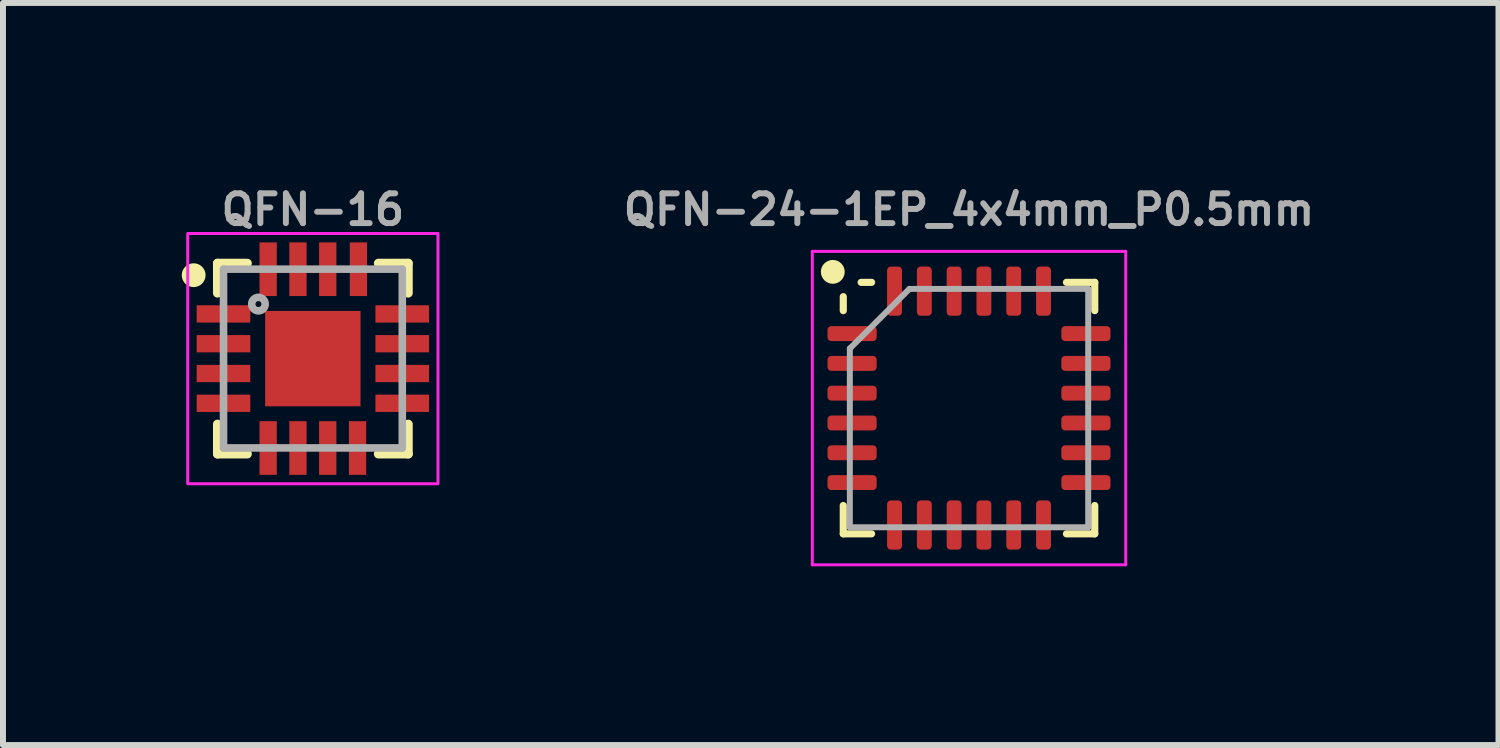
<source format=kicad_pcb>
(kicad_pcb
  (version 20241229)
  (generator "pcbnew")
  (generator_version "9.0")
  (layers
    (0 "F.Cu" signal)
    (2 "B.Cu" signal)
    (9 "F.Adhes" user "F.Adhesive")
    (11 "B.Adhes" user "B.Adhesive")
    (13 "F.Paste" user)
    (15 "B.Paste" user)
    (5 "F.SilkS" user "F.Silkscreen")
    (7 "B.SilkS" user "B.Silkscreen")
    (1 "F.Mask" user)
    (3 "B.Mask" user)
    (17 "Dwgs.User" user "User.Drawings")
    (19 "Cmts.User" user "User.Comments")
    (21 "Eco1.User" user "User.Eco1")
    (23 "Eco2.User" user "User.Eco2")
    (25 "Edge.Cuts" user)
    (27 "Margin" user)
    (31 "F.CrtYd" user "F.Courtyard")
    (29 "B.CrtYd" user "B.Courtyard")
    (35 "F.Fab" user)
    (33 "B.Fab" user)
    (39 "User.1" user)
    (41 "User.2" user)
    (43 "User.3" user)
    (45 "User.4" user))
  (footprint "QFN-16"
    (layer "F.Cu")
    (at 2.2 2.968)
    (property "Reference" "QFN-16" (at 0 -2.5 0) (layer "F.Fab") (effects (font (size 0.5 0.5) (thickness 0.1) (bold yes))))
    (fp_line (start -1.6 -1.6) (end -1.1 -1.6) (stroke (width 0.152) (type solid)) (layer "F.SilkS"))
    (fp_line (start -1.6 -1.1) (end -1.6 -1.6) (stroke (width 0.152) (type solid)) (layer "F.SilkS"))
    (fp_line (start -1.6 1.6) (end -1.6 1.1) (stroke (width 0.152) (type solid)) (layer "F.SilkS"))
    (fp_line (start -1.1 1.6) (end -1.6 1.6) (stroke (width 0.152) (type solid)) (layer "F.SilkS"))
    (fp_line (start 1.1 -1.6) (end 1.6 -1.6) (stroke (width 0.152) (type solid)) (layer "F.SilkS"))
    (fp_line (start 1.6 -1.6) (end 1.6 -1.1) (stroke (width 0.152) (type solid)) (layer "F.SilkS"))
    (fp_line (start 1.6 1.1) (end 1.6 1.6) (stroke (width 0.152) (type solid)) (layer "F.SilkS"))
    (fp_line (start 1.6 1.6) (end 1.1 1.6) (stroke (width 0.152) (type solid)) (layer "F.SilkS"))
    (fp_circle (center -2 -1.4) (end -2.1 -1.4) (stroke (width 0.2) (type solid)) (fill yes) (layer "F.SilkS"))
    (fp_poly (pts (xy -1.075 -0.625) (xy -1.075 -0.865) (xy -1.925 -0.865) (xy -1.925 -0.625)) (stroke (width 0) (type default)) (fill yes) (layer "F.Paste"))
    (fp_poly (pts (xy -1.075 -0.125) (xy -1.075 -0.365) (xy -1.925 -0.365) (xy -1.925 -0.125)) (stroke (width 0) (type default)) (fill yes) (layer "F.Paste"))
    (fp_poly (pts (xy -1.075 0.375) (xy -1.075 0.135) (xy -1.925 0.135) (xy -1.925 0.375)) (stroke (width 0) (type default)) (fill yes) (layer "F.Paste"))
    (fp_poly (pts (xy -1.075 0.875) (xy -1.075 0.635) (xy -1.925 0.635) (xy -1.925 0.875)) (stroke (width 0) (type default)) (fill yes) (layer "F.Paste"))
    (fp_poly (pts (xy -0.625 -1.925) (xy -0.865 -1.925) (xy -0.865 -1.075) (xy -0.625 -1.075)) (stroke (width 0) (type default)) (fill yes) (layer "F.Paste"))
    (fp_poly (pts (xy -0.625 1.075) (xy -0.865 1.075) (xy -0.865 1.925) (xy -0.625 1.925)) (stroke (width 0) (type default)) (fill yes) (layer "F.Paste"))
    (fp_poly (pts (xy -0.3 -0.3) (xy -0.3 -0.5) (xy -0.5 -0.5) (xy -0.5 -0.3)) (stroke (width 0) (type default)) (fill yes) (layer "F.Paste"))
    (fp_poly (pts (xy -0.3 0.5) (xy -0.3 0.3) (xy -0.5 0.3) (xy -0.5 0.5)) (stroke (width 0) (type default)) (fill yes) (layer "F.Paste"))
    (fp_poly (pts (xy -0.125 -1.925) (xy -0.365 -1.925) (xy -0.365 -1.075) (xy -0.125 -1.075)) (stroke (width 0) (type default)) (fill yes) (layer "F.Paste"))
    (fp_poly (pts (xy -0.125 1.075) (xy -0.365 1.075) (xy -0.365 1.925) (xy -0.125 1.925)) (stroke (width 0) (type default)) (fill yes) (layer "F.Paste"))
    (fp_poly (pts (xy 0.375 -1.925) (xy 0.135 -1.925) (xy 0.135 -1.075) (xy 0.375 -1.075)) (stroke (width 0) (type default)) (fill yes) (layer "F.Paste"))
    (fp_poly (pts (xy 0.375 1.075) (xy 0.135 1.075) (xy 0.135 1.925) (xy 0.375 1.925)) (stroke (width 0) (type default)) (fill yes) (layer "F.Paste"))
    (fp_poly (pts (xy 0.5 -0.3) (xy 0.5 -0.5) (xy 0.3 -0.5) (xy 0.3 -0.3)) (stroke (width 0) (type default)) (fill yes) (layer "F.Paste"))
    (fp_poly (pts (xy 0.5 0.5) (xy 0.5 0.3) (xy 0.3 0.3) (xy 0.3 0.5)) (stroke (width 0) (type default)) (fill yes) (layer "F.Paste"))
    (fp_poly (pts (xy 0.875 -1.925) (xy 0.635 -1.925) (xy 0.635 -1.075) (xy 0.875 -1.075)) (stroke (width 0) (type default)) (fill yes) (layer "F.Paste"))
    (fp_poly (pts (xy 0.875 1.075) (xy 0.635 1.075) (xy 0.635 1.925) (xy 0.875 1.925)) (stroke (width 0) (type default)) (fill yes) (layer "F.Paste"))
    (fp_poly (pts (xy 1.075 -0.875) (xy 1.075 -0.635) (xy 1.925 -0.635) (xy 1.925 -0.875)) (stroke (width 0) (type default)) (fill yes) (layer "F.Paste"))
    (fp_poly (pts (xy 1.075 -0.375) (xy 1.075 -0.135) (xy 1.925 -0.135) (xy 1.925 -0.375)) (stroke (width 0) (type default)) (fill yes) (layer "F.Paste"))
    (fp_poly (pts (xy 1.075 0.125) (xy 1.075 0.365) (xy 1.925 0.365) (xy 1.925 0.125)) (stroke (width 0) (type default)) (fill yes) (layer "F.Paste"))
    (fp_poly (pts (xy 1.075 0.625) (xy 1.075 0.865) (xy 1.925 0.865) (xy 1.925 0.625)) (stroke (width 0) (type default)) (fill yes) (layer "F.Paste"))
    (fp_rect (start -2.1 -2.1) (end 2.1 2.1) (stroke (width 0.05) (type default)) (fill no) (layer "F.CrtYd"))
    (fp_line (start -1.499 1.499) (end -1.499 -1.501) (stroke (width 0.127) (type solid)) (layer "F.Fab"))
    (fp_line (start -1.499 1.499) (end 1.501 1.499) (stroke (width 0.127) (type solid)) (layer "F.Fab"))
    (fp_line (start 1.501 -1.501) (end -1.499 -1.501) (stroke (width 0.127) (type solid)) (layer "F.Fab"))
    (fp_line (start 1.501 -1.501) (end 1.501 1.499) (stroke (width 0.127) (type solid)) (layer "F.Fab"))
    (fp_circle (center -0.913 -0.915) (end -0.863 -0.915) (stroke (width 0.127) (type solid)) (fill no) (layer "F.Fab"))
    (pad "1" smd rect (at -1.5 -0.75 180) (size 0.9 0.29) (layers "F.Cu" "F.Mask"))
    (pad "2" smd rect (at -1.5 -0.25 180) (size 0.9 0.29) (layers "F.Cu" "F.Mask"))
    (pad "3" smd rect (at -1.5 0.25 180) (size 0.9 0.29) (layers "F.Cu" "F.Mask"))
    (pad "4" smd rect (at -1.5 0.75 180) (size 0.9 0.29) (layers "F.Cu" "F.Mask"))
    (pad "5" smd rect (at -0.75 1.5 90) (size 0.9 0.29) (layers "F.Cu" "F.Mask"))
    (pad "6" smd rect (at -0.25 1.5 90) (size 0.9 0.29) (layers "F.Cu" "F.Mask"))
    (pad "7" smd rect (at 0.25 1.5 90) (size 0.9 0.29) (layers "F.Cu" "F.Mask"))
    (pad "8" smd rect (at 0.75 1.5 90) (size 0.9 0.29) (layers "F.Cu" "F.Mask"))
    (pad "9" smd rect (at 1.5 0.75) (size 0.9 0.29) (layers "F.Cu" "F.Mask"))
    (pad "10" smd rect (at 1.5 0.25) (size 0.9 0.29) (layers "F.Cu" "F.Mask"))
    (pad "11" smd rect (at 1.5 -0.25) (size 0.9 0.29) (layers "F.Cu" "F.Mask"))
    (pad "12" smd rect (at 1.5 -0.75) (size 0.9 0.29) (layers "F.Cu" "F.Mask"))
    (pad "13" smd rect (at 0.765 -1.5 270) (size 0.9 0.29) (layers "F.Cu" "F.Mask"))
    (pad "14" smd rect (at 0.25 -1.5 270) (size 0.9 0.29) (layers "F.Cu" "F.Mask"))
    (pad "15" smd rect (at -0.25 -1.5 270) (size 0.9 0.29) (layers "F.Cu" "F.Mask"))
    (pad "16" smd rect (at -0.75 -1.5 270) (size 0.9 0.29) (layers "F.Cu" "F.Mask"))
    (pad "EP" smd rect (at 0 0 90) (size 1.6 1.6) (layers "F.Cu" "F.Mask")))
  (footprint "QFN-24-1EP_4x4mm_P0.5mm"
    (layer "F.Cu")
    (at 13.211 3.798)
    (property "Reference" "QFN-24-1EP_4x4mm_P0.5mm" (at 0 -3.33 0) (layer "F.Fab") (effects (font (size 0.5 0.5) (thickness 0.1))))
    (attr smd)
    (fp_line (start -2.11 -1.635) (end -2.11 -1.87) (stroke (width 0.12) (type solid)) (layer "F.SilkS"))
    (fp_line (start -2.11 2.11) (end -2.11 1.635) (stroke (width 0.12) (type solid)) (layer "F.SilkS"))
    (fp_line (start -1.635 -2.11) (end -1.81 -2.11) (stroke (width 0.12) (type solid)) (layer "F.SilkS"))
    (fp_line (start -1.635 2.11) (end -2.11 2.11) (stroke (width 0.12) (type solid)) (layer "F.SilkS"))
    (fp_line (start 1.635 -2.11) (end 2.11 -2.11) (stroke (width 0.12) (type solid)) (layer "F.SilkS"))
    (fp_line (start 1.635 2.11) (end 2.11 2.11) (stroke (width 0.12) (type solid)) (layer "F.SilkS"))
    (fp_line (start 2.11 -2.11) (end 2.11 -1.635) (stroke (width 0.12) (type solid)) (layer "F.SilkS"))
    (fp_line (start 2.11 2.11) (end 2.11 1.635) (stroke (width 0.12) (type solid)) (layer "F.SilkS"))
    (fp_circle (center -2.286 -2.286) (end -2.386 -2.286) (stroke (width 0.2) (type solid)) (fill yes) (layer "F.SilkS"))
    (fp_line (start -2.63 -2.63) (end -2.63 2.63) (stroke (width 0.05) (type solid)) (layer "F.CrtYd"))
    (fp_line (start -2.63 2.63) (end 2.63 2.63) (stroke (width 0.05) (type solid)) (layer "F.CrtYd"))
    (fp_line (start 2.63 -2.63) (end -2.63 -2.63) (stroke (width 0.05) (type solid)) (layer "F.CrtYd"))
    (fp_line (start 2.63 2.63) (end 2.63 -2.63) (stroke (width 0.05) (type solid)) (layer "F.CrtYd"))
    (fp_line (start -2 -1) (end -1 -2) (stroke (width 0.1) (type solid)) (layer "F.Fab"))
    (fp_line (start -2 2) (end -2 -1) (stroke (width 0.1) (type solid)) (layer "F.Fab"))
    (fp_line (start -1 -2) (end 2 -2) (stroke (width 0.1) (type solid)) (layer "F.Fab"))
    (fp_line (start 2 -2) (end 2 2) (stroke (width 0.1) (type solid)) (layer "F.Fab"))
    (fp_line (start 2 2) (end -2 2) (stroke (width 0.1) (type solid)) (layer "F.Fab"))
    (pad "1" smd roundrect (at -1.962 -1.25) (size 0.825 0.25) (layers "F.Cu" "F.Mask" "F.Paste") (roundrect_rratio 0.25))
    (pad "2" smd roundrect (at -1.962 -0.75) (size 0.825 0.25) (layers "F.Cu" "F.Mask" "F.Paste") (roundrect_rratio 0.25))
    (pad "3" smd roundrect (at -1.962 -0.25) (size 0.825 0.25) (layers "F.Cu" "F.Mask" "F.Paste") (roundrect_rratio 0.25))
    (pad "4" smd roundrect (at -1.962 0.25) (size 0.825 0.25) (layers "F.Cu" "F.Mask" "F.Paste") (roundrect_rratio 0.25))
    (pad "5" smd roundrect (at -1.962 0.75) (size 0.825 0.25) (layers "F.Cu" "F.Mask" "F.Paste") (roundrect_rratio 0.25))
    (pad "6" smd roundrect (at -1.962 1.25) (size 0.825 0.25) (layers "F.Cu" "F.Mask" "F.Paste") (roundrect_rratio 0.25))
    (pad "7" smd roundrect (at -1.25 1.962) (size 0.25 0.825) (layers "F.Cu" "F.Mask" "F.Paste") (roundrect_rratio 0.25))
    (pad "8" smd roundrect (at -0.75 1.962) (size 0.25 0.825) (layers "F.Cu" "F.Mask" "F.Paste") (roundrect_rratio 0.25))
    (pad "9" smd roundrect (at -0.25 1.962) (size 0.25 0.825) (layers "F.Cu" "F.Mask" "F.Paste") (roundrect_rratio 0.25))
    (pad "10" smd roundrect (at 0.25 1.962) (size 0.25 0.825) (layers "F.Cu" "F.Mask" "F.Paste") (roundrect_rratio 0.25))
    (pad "11" smd roundrect (at 0.75 1.962) (size 0.25 0.825) (layers "F.Cu" "F.Mask" "F.Paste") (roundrect_rratio 0.25))
    (pad "12" smd roundrect (at 1.25 1.962) (size 0.25 0.825) (layers "F.Cu" "F.Mask" "F.Paste") (roundrect_rratio 0.25))
    (pad "13" smd roundrect (at 1.962 1.25) (size 0.825 0.25) (layers "F.Cu" "F.Mask" "F.Paste") (roundrect_rratio 0.25))
    (pad "14" smd roundrect (at 1.962 0.75) (size 0.825 0.25) (layers "F.Cu" "F.Mask" "F.Paste") (roundrect_rratio 0.25))
    (pad "15" smd roundrect (at 1.962 0.25) (size 0.825 0.25) (layers "F.Cu" "F.Mask" "F.Paste") (roundrect_rratio 0.25))
    (pad "16" smd roundrect (at 1.962 -0.25) (size 0.825 0.25) (layers "F.Cu" "F.Mask" "F.Paste") (roundrect_rratio 0.25))
    (pad "17" smd roundrect (at 1.962 -0.75) (size 0.825 0.25) (layers "F.Cu" "F.Mask" "F.Paste") (roundrect_rratio 0.25))
    (pad "18" smd roundrect (at 1.962 -1.25) (size 0.825 0.25) (layers "F.Cu" "F.Mask" "F.Paste") (roundrect_rratio 0.25))
    (pad "19" smd roundrect (at 1.25 -1.962) (size 0.25 0.825) (layers "F.Cu" "F.Mask" "F.Paste") (roundrect_rratio 0.25))
    (pad "20" smd roundrect (at 0.75 -1.962) (size 0.25 0.825) (layers "F.Cu" "F.Mask" "F.Paste") (roundrect_rratio 0.25))
    (pad "21" smd roundrect (at 0.25 -1.962) (size 0.25 0.825) (layers "F.Cu" "F.Mask" "F.Paste") (roundrect_rratio 0.25))
    (pad "22" smd roundrect (at -0.25 -1.962) (size 0.25 0.825) (layers "F.Cu" "F.Mask" "F.Paste") (roundrect_rratio 0.25))
    (pad "23" smd roundrect (at -0.75 -1.962) (size 0.25 0.825) (layers "F.Cu" "F.Mask" "F.Paste") (roundrect_rratio 0.25))
    (pad "24" smd roundrect (at -1.25 -1.962) (size 0.25 0.825) (layers "F.Cu" "F.Mask" "F.Paste") (roundrect_rratio 0.25)))
  (gr_rect
    (start -3 -3)
    (end 22.096 9.453)
    (stroke (width 0.1) (type default))
    (fill no)
    (layer "Edge.Cuts")))
</source>
